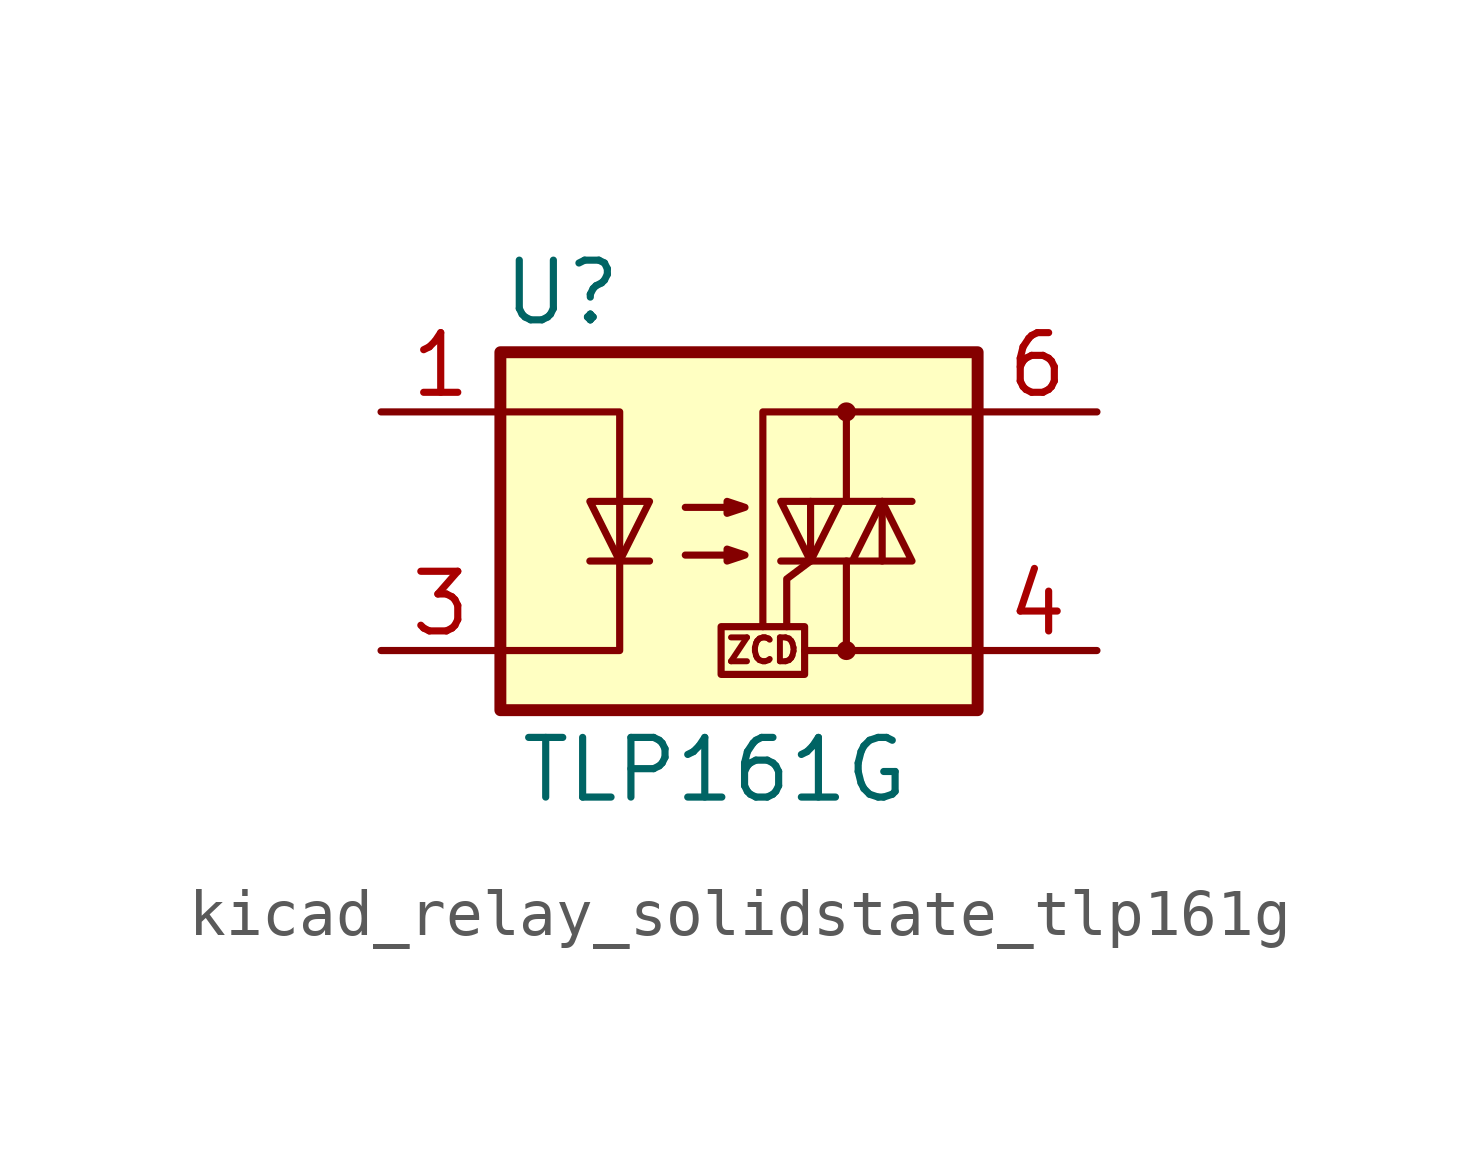
<source format=kicad_sym>
(kicad_symbol_lib
  (version 20220914)
  (generator kicad_symbol_editor)
  (symbol "kicad_relay_solidstate_tlp161g"
    (property "Reference" "U"
      (at -5.08 5.08 0)
      (effects (font (size 1.27 1.27)) (justify left)))
    (property "Value" "TLP161G"
      (at -4.699 -5.08 0)
      (effects (font (size 1.27 1.27)) (justify left)))
    (symbol "kicad_relay_solidstate_tlp161g_0_0"
      (rectangle (start -0.381 -2.032) (end 1.397 -3.048) (stroke (width 0) (type default)) (fill (type none)))
      (polyline (pts (xy 2.286 -2.54) (xy 1.397 -2.54)) (stroke (width 0) (type default)) (fill (type none)))
      (polyline (pts (xy 1.524 -0.635) (xy 1.016 -1.016) (xy 1.016 -2.032)) (stroke (width 0) (type default)) (fill (type none)))
      (text "ZCD" (at 0.508 -2.54 0) (effects (font (size 0.508 0.508)))))
    (symbol "kicad_relay_solidstate_tlp161g_0_1"
      (rectangle (start -5.08 3.81) (end 5.08 -3.81) (stroke (width 0.254) (type default)) (fill (type background)))
      (polyline (pts (xy -3.175 -0.635) (xy -1.905 -0.635)) (stroke (width 0) (type default)) (fill (type none)))
      (polyline (pts (xy 1.524 -0.635) (xy 1.524 0.635)) (stroke (width 0) (type default)) (fill (type none)))
      (polyline (pts (xy 3.048 0.635) (xy 3.048 -0.635)) (stroke (width 0) (type default)) (fill (type none)))
      (polyline (pts (xy 2.286 -0.635) (xy 2.286 -2.54) (xy 5.08 -2.54)) (stroke (width 0) (type default)) (fill (type none)))
      (polyline (pts (xy 2.286 0.635) (xy 2.286 2.54) (xy 5.08 2.54)) (stroke (width 0) (type default)) (fill (type none)))
      (polyline (pts (xy 2.286 2.54) (xy 0.508 2.54) (xy 0.508 -2.032)) (stroke (width 0) (type default)) (fill (type none)))
      (polyline (pts (xy -5.08 2.54) (xy -2.54 2.54) (xy -2.54 -2.54) (xy -5.08 -2.54)) (stroke (width 0) (type default)) (fill (type none)))
      (polyline (pts (xy -2.54 -0.635) (xy -3.175 0.635) (xy -1.905 0.635) (xy -2.54 -0.635)) (stroke (width 0) (type default)) (fill (type none)))
      (polyline (pts (xy 0.889 -0.635) (xy 3.683 -0.635) (xy 3.048 0.635) (xy 2.413 -0.635)) (stroke (width 0) (type default)) (fill (type none)))
      (polyline (pts (xy 3.683 0.635) (xy 0.889 0.635) (xy 1.524 -0.635) (xy 2.159 0.635)) (stroke (width 0) (type default)) (fill (type none)))
      (polyline (pts (xy -1.143 -0.508) (xy 0.127 -0.508) (xy -0.254 -0.635) (xy -0.254 -0.381) (xy 0.127 -0.508)) (stroke (width 0) (type default)) (fill (type none)))
      (polyline (pts (xy -1.143 0.508) (xy 0.127 0.508) (xy -0.254 0.381) (xy -0.254 0.635) (xy 0.127 0.508)) (stroke (width 0) (type default)) (fill (type none)))
      (circle (center 2.286 -2.54) (radius 0.127) (stroke (width 0) (type default)) (fill (type none)))
      (circle (center 2.286 2.54) (radius 0.127) (stroke (width 0) (type default)) (fill (type none))))
    (symbol "kicad_relay_solidstate_tlp161g_1_1"
      (pin passive line (at -7.62 2.54 0) (length 2.54) (name "~" (effects (font (size 1.27 1.27)))) (number "1" (effects (font (size 1.27 1.27)))))
      (pin passive line (at -7.62 -2.54 0) (length 2.54) (name "~" (effects (font (size 1.27 1.27)))) (number "3" (effects (font (size 1.27 1.27)))))
      (pin passive line (at 7.62 -2.54 180) (length 2.54) (name "~" (effects (font (size 1.27 1.27)))) (number "4" (effects (font (size 1.27 1.27)))))
      (pin passive line (at 7.62 2.54 180) (length 2.54) (name "~" (effects (font (size 1.27 1.27)))) (number "6" (effects (font (size 1.27 1.27))))))))
</source>
